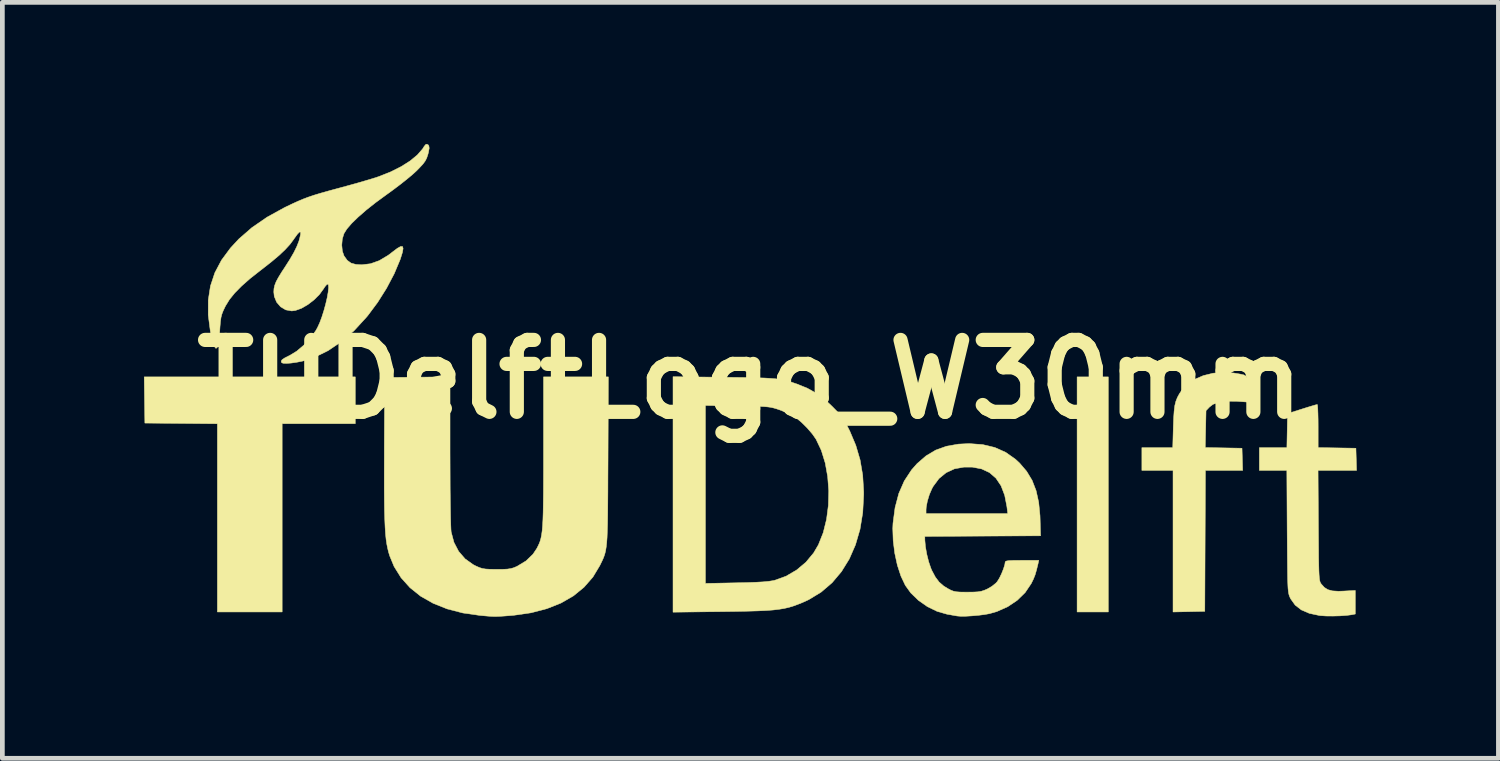
<source format=kicad_pcb>
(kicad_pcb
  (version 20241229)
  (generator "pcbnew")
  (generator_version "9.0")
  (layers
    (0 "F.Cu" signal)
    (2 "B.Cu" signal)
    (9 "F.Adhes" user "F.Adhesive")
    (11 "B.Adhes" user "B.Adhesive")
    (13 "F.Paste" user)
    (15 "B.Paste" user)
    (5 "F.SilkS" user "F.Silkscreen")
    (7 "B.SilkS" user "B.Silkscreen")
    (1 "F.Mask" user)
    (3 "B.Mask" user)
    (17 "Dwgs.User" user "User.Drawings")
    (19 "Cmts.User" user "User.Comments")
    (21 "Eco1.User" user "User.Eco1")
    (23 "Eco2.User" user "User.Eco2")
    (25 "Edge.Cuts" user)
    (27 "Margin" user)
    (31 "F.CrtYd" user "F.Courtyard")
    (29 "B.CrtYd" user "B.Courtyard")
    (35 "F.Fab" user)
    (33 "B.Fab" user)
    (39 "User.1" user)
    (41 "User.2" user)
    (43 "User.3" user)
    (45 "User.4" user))
  (footprint "TUDelftLogo_W30mm"
    (layer "F.Cu")
    (at 12.833 4.985)
    (property "Reference" "TUDelftLogo_W30mm" (at 0 0 0) (layer "F.SilkS") (effects (font (size 1.524 1.524) (thickness 0.3))))
    (attr through_hole)
    (fp_poly (pts (xy 7.595 4.928) (xy 6.934 4.928) (xy 6.934 -0.051) (xy 7.595 -0.051) (xy 7.595 4.928)) (stroke (width 0.01) (type solid)) (fill yes) (layer "F.SilkS"))
    (fp_poly (pts (xy -8.357 0.94) (xy -9.906 0.94) (xy -9.906 4.928) (xy -11.278 4.928) (xy -11.278 0.941) (xy -12.814 0.927) (xy -12.821 0.438) (xy -12.828 -0.051) (xy -8.357 -0.051) (xy -8.357 0.94)) (stroke (width 0.01) (type solid)) (fill yes) (layer "F.SilkS"))
    (fp_poly (pts (xy 10.256 -0.133) (xy 10.277 -0.129) (xy 10.39 -0.11) (xy 10.466 -0.093) (xy 10.511 -0.069) (xy 10.533 -0.026) (xy 10.541 0.044) (xy 10.541 0.151) (xy 10.541 0.205) (xy 10.541 0.482) (xy 10.319 0.466) (xy 10.108 0.463) (xy 9.939 0.484) (xy 9.811 0.531) (xy 9.738 0.587) (xy 9.665 0.664) (xy 9.657 1.055) (xy 9.648 1.446) (xy 10.038 1.453) (xy 10.427 1.46) (xy 10.441 1.93) (xy 9.652 1.93) (xy 9.639 4.915) (xy 8.966 4.929) (xy 8.966 1.93) (xy 8.306 1.93) (xy 8.306 1.448) (xy 8.96 1.448) (xy 8.972 1.01) (xy 8.979 0.822) (xy 8.989 0.675) (xy 9.003 0.56) (xy 9.026 0.467) (xy 9.058 0.385) (xy 9.101 0.306) (xy 9.144 0.242) (xy 9.263 0.111) (xy 9.42 0.003) (xy 9.607 -0.078) (xy 9.814 -0.129) (xy 10.033 -0.148) (xy 10.256 -0.133)) (stroke (width 0.01) (type solid)) (fill yes) (layer "F.SilkS"))
    (fp_poly (pts (xy 12.027 0.558) (xy 12.032 0.624) (xy 12.036 0.726) (xy 12.039 0.854) (xy 12.04 0.99) (xy 12.04 1.447) (xy 12.84 1.46) (xy 12.854 1.93) (xy 12.038 1.93) (xy 12.045 3.097) (xy 12.047 3.371) (xy 12.049 3.599) (xy 12.05 3.785) (xy 12.053 3.934) (xy 12.056 4.051) (xy 12.06 4.139) (xy 12.065 4.205) (xy 12.071 4.252) (xy 12.079 4.285) (xy 12.088 4.309) (xy 12.1 4.328) (xy 12.105 4.335) (xy 12.17 4.408) (xy 12.245 4.456) (xy 12.342 4.482) (xy 12.469 4.49) (xy 12.579 4.486) (xy 12.827 4.473) (xy 12.827 4.972) (xy 12.753 4.987) (xy 12.646 5.001) (xy 12.507 5.011) (xy 12.356 5.015) (xy 12.21 5.014) (xy 12.088 5.006) (xy 12.065 5.003) (xy 11.854 4.958) (xy 11.684 4.885) (xy 11.553 4.783) (xy 11.458 4.65) (xy 11.445 4.623) (xy 11.433 4.596) (xy 11.423 4.566) (xy 11.415 4.531) (xy 11.408 4.484) (xy 11.402 4.423) (xy 11.398 4.341) (xy 11.394 4.235) (xy 11.392 4.1) (xy 11.39 3.932) (xy 11.388 3.726) (xy 11.386 3.478) (xy 11.384 3.219) (xy 11.377 1.93) (xy 10.795 1.93) (xy 10.795 1.448) (xy 11.378 1.448) (xy 11.385 1.087) (xy 11.392 0.726) (xy 11.697 0.63) (xy 11.814 0.593) (xy 11.913 0.563) (xy 11.985 0.542) (xy 12.02 0.534) (xy 12.021 0.533) (xy 12.027 0.558)) (stroke (width 0.01) (type solid)) (fill yes) (layer "F.SilkS"))
    (fp_poly (pts (xy -0.552 -0.043) (xy -0.275 -0.04) (xy -0.042 -0.037) (xy 0.151 -0.032) (xy 0.311 -0.027) (xy 0.443 -0.019) (xy 0.553 -0.01) (xy 0.648 0.003) (xy 0.731 0.019) (xy 0.811 0.039) (xy 0.891 0.063) (xy 0.978 0.093) (xy 0.997 0.099) (xy 1.221 0.19) (xy 1.417 0.3) (xy 1.602 0.44) (xy 1.743 0.572) (xy 1.846 0.677) (xy 1.923 0.763) (xy 1.983 0.845) (xy 2.039 0.94) (xy 2.101 1.062) (xy 2.117 1.093) (xy 2.246 1.399) (xy 2.337 1.708) (xy 2.392 2.032) (xy 2.413 2.383) (xy 2.413 2.443) (xy 2.393 2.823) (xy 2.335 3.178) (xy 2.239 3.506) (xy 2.108 3.806) (xy 1.942 4.074) (xy 1.744 4.309) (xy 1.513 4.507) (xy 1.252 4.666) (xy 1.122 4.726) (xy 1.02 4.767) (xy 0.924 4.802) (xy 0.829 4.831) (xy 0.729 4.854) (xy 0.619 4.872) (xy 0.493 4.887) (xy 0.344 4.898) (xy 0.168 4.906) (xy -0.042 4.912) (xy -0.291 4.917) (xy -0.578 4.921) (xy -1.626 4.933) (xy -1.626 4.324) (xy -0.94 4.324) (xy -0.286 4.311) (xy -0.054 4.306) (xy 0.133 4.299) (xy 0.281 4.291) (xy 0.396 4.28) (xy 0.483 4.267) (xy 0.527 4.258) (xy 0.768 4.171) (xy 0.992 4.04) (xy 1.19 3.874) (xy 1.354 3.676) (xy 1.454 3.505) (xy 1.556 3.249) (xy 1.626 2.968) (xy 1.665 2.669) (xy 1.673 2.364) (xy 1.65 2.062) (xy 1.598 1.772) (xy 1.515 1.504) (xy 1.404 1.27) (xy 1.325 1.157) (xy 1.218 1.033) (xy 1.099 0.914) (xy 0.984 0.818) (xy 0.943 0.79) (xy 0.86 0.744) (xy 0.751 0.694) (xy 0.637 0.649) (xy 0.622 0.644) (xy 0.56 0.623) (xy 0.504 0.607) (xy 0.447 0.594) (xy 0.382 0.585) (xy 0.302 0.578) (xy 0.198 0.573) (xy 0.064 0.569) (xy -0.109 0.566) (xy -0.26 0.564) (xy -0.94 0.554) (xy -0.94 4.324) (xy -1.626 4.324) (xy -1.626 -0.055) (xy -0.552 -0.043)) (stroke (width 0.01) (type solid)) (fill yes) (layer "F.SilkS"))
    (fp_poly (pts (xy -6.35 1.517) (xy -6.349 1.8) (xy -6.348 2.07) (xy -6.347 2.325) (xy -6.344 2.558) (xy -6.341 2.764) (xy -6.338 2.94) (xy -6.334 3.08) (xy -6.33 3.178) (xy -6.326 3.231) (xy -6.326 3.232) (xy -6.267 3.454) (xy -6.168 3.644) (xy -6.031 3.803) (xy -5.857 3.927) (xy -5.796 3.958) (xy -5.727 3.988) (xy -5.664 4.008) (xy -5.594 4.019) (xy -5.502 4.024) (xy -5.375 4.026) (xy -5.359 4.026) (xy -5.227 4.025) (xy -5.132 4.02) (xy -5.061 4.009) (xy -4.998 3.991) (xy -4.931 3.962) (xy -4.925 3.959) (xy -4.74 3.847) (xy -4.593 3.705) (xy -4.512 3.584) (xy -4.485 3.531) (xy -4.461 3.48) (xy -4.441 3.427) (xy -4.424 3.366) (xy -4.41 3.295) (xy -4.398 3.209) (xy -4.389 3.104) (xy -4.382 2.976) (xy -4.377 2.822) (xy -4.374 2.636) (xy -4.371 2.415) (xy -4.37 2.156) (xy -4.369 1.853) (xy -4.369 1.53) (xy -4.369 -0.051) (xy -2.996 -0.051) (xy -3.003 1.721) (xy -3.005 2.074) (xy -3.006 2.381) (xy -3.008 2.645) (xy -3.01 2.869) (xy -3.013 3.059) (xy -3.018 3.218) (xy -3.023 3.35) (xy -3.031 3.46) (xy -3.041 3.55) (xy -3.053 3.625) (xy -3.068 3.689) (xy -3.086 3.746) (xy -3.107 3.799) (xy -3.132 3.854) (xy -3.161 3.913) (xy -3.177 3.946) (xy -3.324 4.19) (xy -3.511 4.404) (xy -3.736 4.588) (xy -4 4.74) (xy -4.299 4.859) (xy -4.632 4.946) (xy -4.999 4.999) (xy -5.046 5.003) (xy -5.187 5.014) (xy -5.292 5.021) (xy -5.377 5.024) (xy -5.456 5.023) (xy -5.546 5.017) (xy -5.66 5.007) (xy -5.715 5.002) (xy -6.078 4.95) (xy -6.41 4.864) (xy -6.708 4.745) (xy -6.972 4.595) (xy -7.199 4.413) (xy -7.387 4.203) (xy -7.535 3.965) (xy -7.627 3.742) (xy -7.651 3.664) (xy -7.671 3.582) (xy -7.689 3.492) (xy -7.704 3.391) (xy -7.716 3.273) (xy -7.725 3.135) (xy -7.732 2.972) (xy -7.738 2.782) (xy -7.741 2.559) (xy -7.743 2.3) (xy -7.743 2) (xy -7.742 1.656) (xy -7.742 1.448) (xy -7.734 -0.038) (xy -7.042 -0.045) (xy -6.35 -0.052) (xy -6.35 1.517)) (stroke (width 0.01) (type solid)) (fill yes) (layer "F.SilkS"))
    (fp_poly (pts (xy 4.934 1.383) (xy 5.19 1.444) (xy 5.421 1.547) (xy 5.629 1.694) (xy 5.717 1.776) (xy 5.865 1.949) (xy 5.981 2.141) (xy 6.065 2.358) (xy 6.12 2.605) (xy 6.148 2.89) (xy 6.151 2.988) (xy 6.16 3.315) (xy 4.934 3.321) (xy 3.708 3.328) (xy 3.709 3.41) (xy 3.721 3.545) (xy 3.749 3.704) (xy 3.789 3.864) (xy 3.837 4.004) (xy 3.855 4.046) (xy 3.931 4.189) (xy 4.011 4.295) (xy 4.106 4.378) (xy 4.195 4.433) (xy 4.259 4.467) (xy 4.314 4.488) (xy 4.376 4.501) (xy 4.456 4.507) (xy 4.57 4.508) (xy 4.61 4.508) (xy 4.74 4.507) (xy 4.833 4.502) (xy 4.905 4.49) (xy 4.969 4.469) (xy 5.032 4.442) (xy 5.13 4.385) (xy 5.213 4.318) (xy 5.242 4.286) (xy 5.287 4.214) (xy 5.333 4.119) (xy 5.374 4.017) (xy 5.402 3.928) (xy 5.41 3.874) (xy 5.417 3.859) (xy 5.442 3.848) (xy 5.493 3.841) (xy 5.577 3.837) (xy 5.701 3.836) (xy 5.766 3.835) (xy 6.122 3.835) (xy 6.107 3.905) (xy 6.074 4.04) (xy 6.044 4.143) (xy 6.009 4.231) (xy 5.964 4.323) (xy 5.96 4.33) (xy 5.833 4.518) (xy 5.665 4.682) (xy 5.464 4.817) (xy 5.235 4.919) (xy 5.079 4.964) (xy 4.975 4.983) (xy 4.847 4.999) (xy 4.709 5.011) (xy 4.578 5.019) (xy 4.467 5.02) (xy 4.394 5.014) (xy 4.335 5.004) (xy 4.247 4.988) (xy 4.178 4.976) (xy 3.969 4.916) (xy 3.763 4.816) (xy 3.573 4.683) (xy 3.411 4.526) (xy 3.295 4.365) (xy 3.202 4.169) (xy 3.126 3.937) (xy 3.071 3.683) (xy 3.038 3.42) (xy 3.029 3.16) (xy 3.034 3.05) (xy 3.061 2.845) (xy 3.734 2.845) (xy 5.465 2.845) (xy 5.447 2.699) (xy 5.4 2.457) (xy 5.323 2.256) (xy 5.215 2.095) (xy 5.078 1.976) (xy 4.911 1.898) (xy 4.713 1.86) (xy 4.538 1.86) (xy 4.337 1.896) (xy 4.159 1.978) (xy 4.008 2.102) (xy 3.885 2.268) (xy 3.858 2.317) (xy 3.804 2.442) (xy 3.762 2.58) (xy 3.738 2.707) (xy 3.734 2.762) (xy 3.734 2.845) (xy 3.061 2.845) (xy 3.078 2.717) (xy 3.157 2.418) (xy 3.273 2.153) (xy 3.427 1.919) (xy 3.546 1.784) (xy 3.735 1.621) (xy 3.94 1.499) (xy 4.166 1.418) (xy 4.421 1.373) (xy 4.648 1.362) (xy 4.934 1.383)) (stroke (width 0.01) (type solid)) (fill yes) (layer "F.SilkS"))
    (fp_poly (pts (xy -6.819 -4.973) (xy -6.799 -4.949) (xy -6.791 -4.897) (xy -6.807 -4.807) (xy -6.819 -4.762) (xy -6.844 -4.687) (xy -6.877 -4.623) (xy -6.926 -4.557) (xy -7 -4.477) (xy -7.057 -4.419) (xy -7.141 -4.342) (xy -7.257 -4.245) (xy -7.394 -4.136) (xy -7.543 -4.023) (xy -7.693 -3.914) (xy -7.696 -3.912) (xy -7.923 -3.746) (xy -8.124 -3.587) (xy -8.296 -3.437) (xy -8.435 -3.302) (xy -8.537 -3.183) (xy -8.597 -3.086) (xy -8.632 -2.972) (xy -8.643 -2.843) (xy -8.631 -2.717) (xy -8.596 -2.616) (xy -8.594 -2.613) (xy -8.527 -2.52) (xy -8.447 -2.462) (xy -8.343 -2.433) (xy -8.221 -2.426) (xy -8.035 -2.448) (xy -7.849 -2.514) (xy -7.66 -2.627) (xy -7.563 -2.701) (xy -7.464 -2.776) (xy -7.395 -2.814) (xy -7.355 -2.812) (xy -7.344 -2.77) (xy -7.359 -2.686) (xy -7.399 -2.559) (xy -7.407 -2.535) (xy -7.532 -2.237) (xy -7.694 -1.93) (xy -7.883 -1.63) (xy -8.091 -1.351) (xy -8.116 -1.321) (xy -8.378 -1.035) (xy -8.651 -0.797) (xy -8.933 -0.607) (xy -9.222 -0.465) (xy -9.373 -0.412) (xy -9.485 -0.383) (xy -9.603 -0.36) (xy -9.717 -0.344) (xy -9.815 -0.337) (xy -9.886 -0.34) (xy -9.917 -0.353) (xy -9.926 -0.384) (xy -9.908 -0.414) (xy -9.856 -0.45) (xy -9.764 -0.497) (xy -9.746 -0.505) (xy -9.597 -0.596) (xy -9.447 -0.723) (xy -9.308 -0.872) (xy -9.193 -1.032) (xy -9.158 -1.094) (xy -9.111 -1.196) (xy -9.065 -1.319) (xy -9.022 -1.455) (xy -8.984 -1.593) (xy -8.953 -1.726) (xy -8.932 -1.844) (xy -8.922 -1.938) (xy -8.926 -1.999) (xy -8.936 -2.017) (xy -8.962 -2.006) (xy -9.001 -1.961) (xy -9.025 -1.923) (xy -9.115 -1.799) (xy -9.231 -1.683) (xy -9.362 -1.582) (xy -9.497 -1.504) (xy -9.625 -1.458) (xy -9.703 -1.448) (xy -9.83 -1.471) (xy -9.939 -1.536) (xy -10.023 -1.634) (xy -10.073 -1.756) (xy -10.083 -1.849) (xy -10.079 -1.921) (xy -10.064 -1.99) (xy -10.034 -2.067) (xy -9.984 -2.16) (xy -9.911 -2.279) (xy -9.856 -2.362) (xy -9.743 -2.539) (xy -9.658 -2.686) (xy -9.596 -2.812) (xy -9.552 -2.924) (xy -9.535 -2.983) (xy -9.515 -3.075) (xy -9.516 -3.12) (xy -9.539 -3.12) (xy -9.583 -3.075) (xy -9.649 -2.984) (xy -9.664 -2.962) (xy -9.742 -2.857) (xy -9.844 -2.746) (xy -9.973 -2.624) (xy -10.136 -2.487) (xy -10.336 -2.33) (xy -10.361 -2.311) (xy -10.585 -2.135) (xy -10.766 -1.975) (xy -10.911 -1.828) (xy -11.023 -1.689) (xy -11.106 -1.554) (xy -11.117 -1.532) (xy -11.156 -1.45) (xy -11.183 -1.38) (xy -11.201 -1.31) (xy -11.213 -1.224) (xy -11.223 -1.108) (xy -11.228 -1.027) (xy -11.242 -0.858) (xy -11.26 -0.74) (xy -11.283 -0.672) (xy -11.309 -0.655) (xy -11.338 -0.689) (xy -11.37 -0.773) (xy -11.404 -0.908) (xy -11.428 -1.024) (xy -11.472 -1.363) (xy -11.471 -1.679) (xy -11.425 -1.976) (xy -11.332 -2.257) (xy -11.191 -2.524) (xy -11.001 -2.781) (xy -10.824 -2.972) (xy -10.546 -3.214) (xy -10.225 -3.435) (xy -9.858 -3.637) (xy -9.817 -3.657) (xy -9.683 -3.721) (xy -9.566 -3.774) (xy -9.457 -3.82) (xy -9.348 -3.861) (xy -9.229 -3.901) (xy -9.09 -3.943) (xy -8.924 -3.99) (xy -8.721 -4.045) (xy -8.647 -4.065) (xy -8.468 -4.114) (xy -8.292 -4.163) (xy -8.128 -4.211) (xy -7.987 -4.253) (xy -7.882 -4.287) (xy -7.855 -4.296) (xy -7.608 -4.394) (xy -7.385 -4.506) (xy -7.194 -4.627) (xy -7.041 -4.754) (xy -6.929 -4.883) (xy -6.896 -4.937) (xy -6.858 -4.98) (xy -6.819 -4.973)) (stroke (width 0.01) (type solid)) (fill yes) (layer "F.SilkS")))
  (gr_rect
    (start -3 -3)
    (end 28.692 13.014)
    (stroke (width 0.1) (type default))
    (fill no)
    (layer "Edge.Cuts")))
</source>
